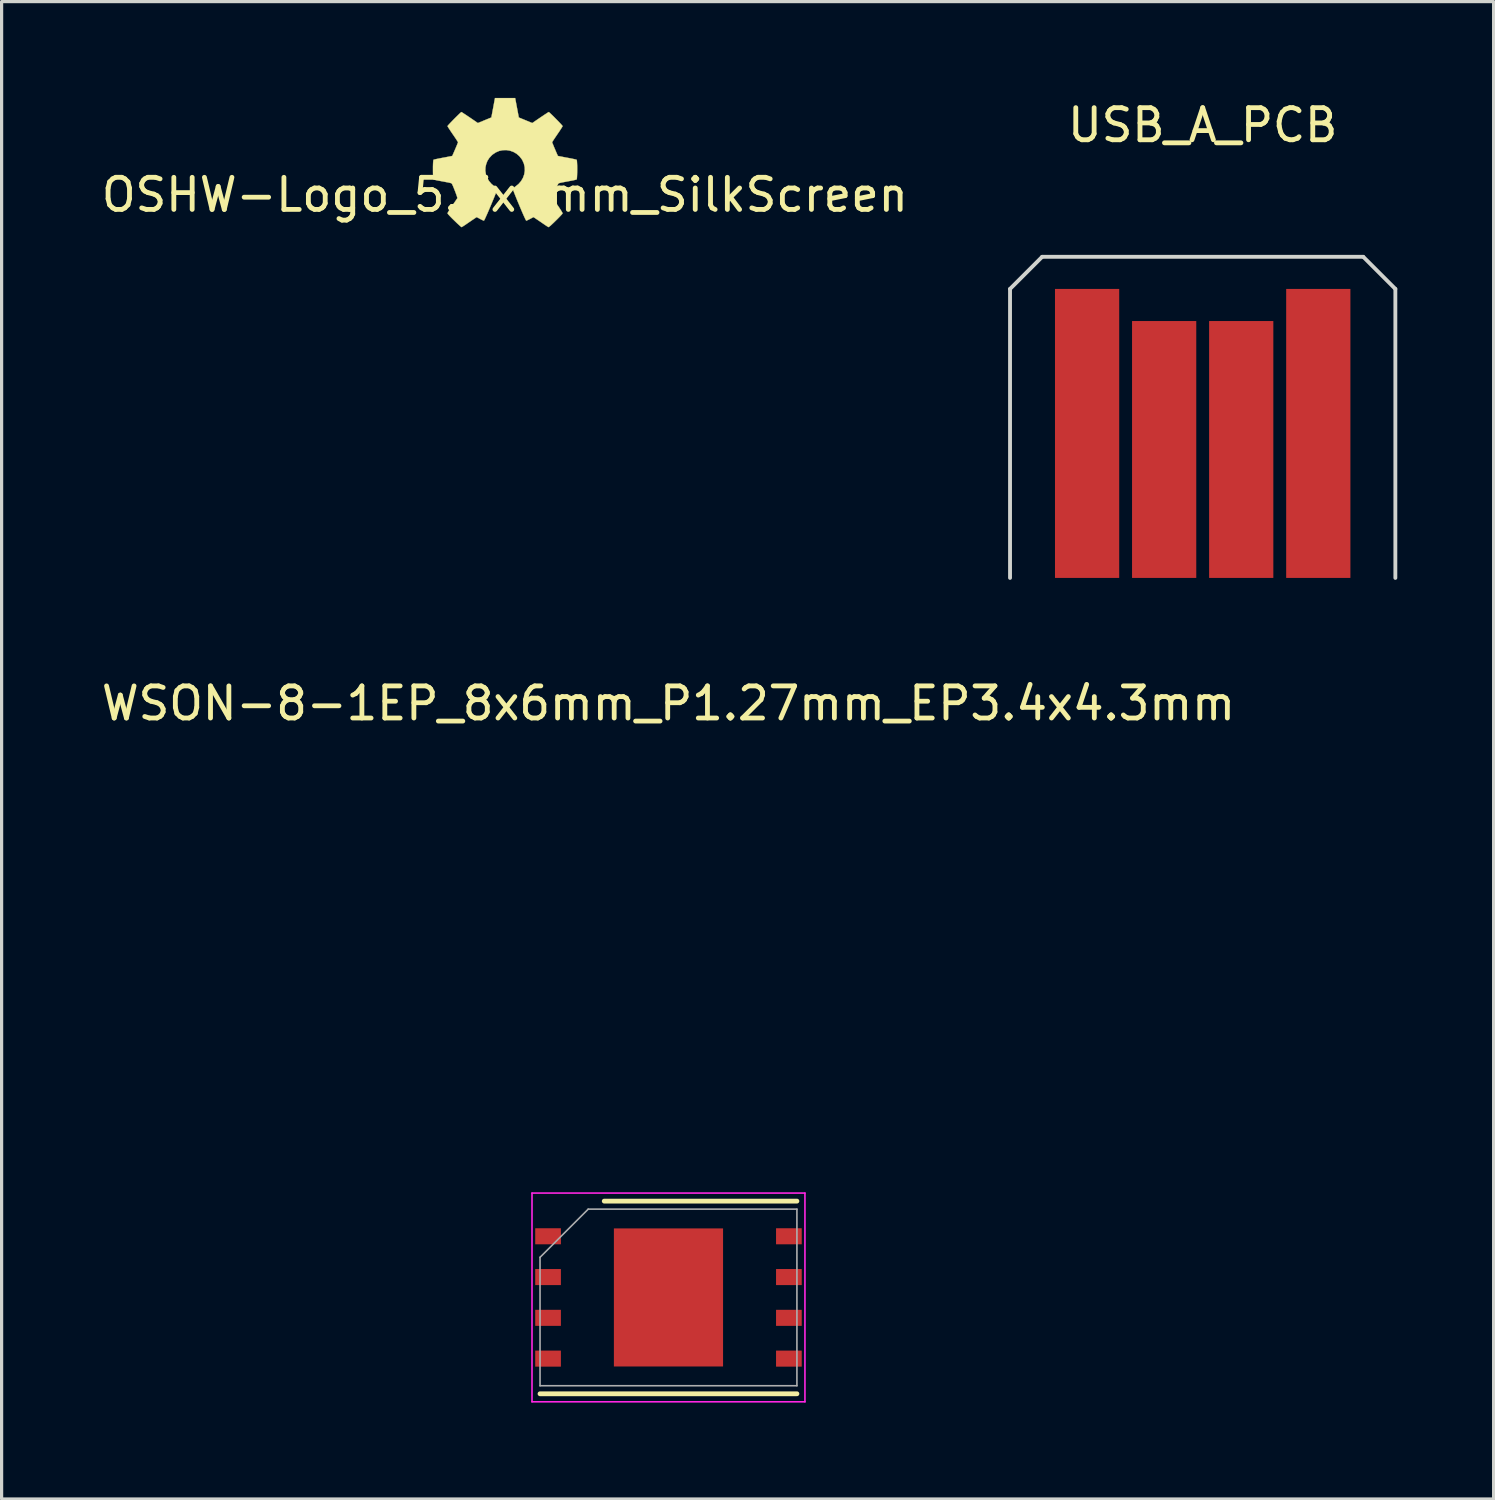
<source format=kicad_pcb>
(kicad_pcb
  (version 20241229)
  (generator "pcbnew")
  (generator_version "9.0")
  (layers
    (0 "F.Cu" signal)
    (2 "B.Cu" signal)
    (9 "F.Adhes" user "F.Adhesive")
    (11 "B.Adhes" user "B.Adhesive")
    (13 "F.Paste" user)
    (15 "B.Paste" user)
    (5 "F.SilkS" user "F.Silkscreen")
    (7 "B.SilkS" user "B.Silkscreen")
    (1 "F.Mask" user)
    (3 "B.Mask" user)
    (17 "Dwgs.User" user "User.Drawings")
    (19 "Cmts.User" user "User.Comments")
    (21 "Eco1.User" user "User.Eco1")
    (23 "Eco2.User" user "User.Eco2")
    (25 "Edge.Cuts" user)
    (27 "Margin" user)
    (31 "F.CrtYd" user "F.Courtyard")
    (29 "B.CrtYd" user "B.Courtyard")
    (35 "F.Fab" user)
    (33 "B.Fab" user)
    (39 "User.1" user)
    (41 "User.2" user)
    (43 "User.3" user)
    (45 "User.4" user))
  (footprint "WSON-8-1EP_8x6mm_P1.27mm_EP3.4x4.3mm"
    (layer "F.Cu")
    (at 17.768 37.356)
    (property "Reference" "WSON-8-1EP_8x6mm_P1.27mm_EP3.4x4.3mm" (at 0 -18.5 0) (layer "F.SilkS") (effects (font (size 1 1) (thickness 0.15))))
    (attr through_hole)
    (fp_line (start -2 -3) (end 4 -3) (stroke (width 0.15) (type solid)) (layer "F.SilkS"))
    (fp_line (start 4 3) (end -4 3) (stroke (width 0.15) (type solid)) (layer "F.SilkS"))
    (fp_line (start -4.25 -3.25) (end 4.25 -3.25) (stroke (width 0.05) (type solid)) (layer "F.CrtYd"))
    (fp_line (start -4.25 3.25) (end -4.25 -3.25) (stroke (width 0.05) (type solid)) (layer "F.CrtYd"))
    (fp_line (start 4.25 -3.25) (end 4.25 3.25) (stroke (width 0.05) (type solid)) (layer "F.CrtYd"))
    (fp_line (start 4.25 3.25) (end -4.25 3.25) (stroke (width 0.05) (type solid)) (layer "F.CrtYd"))
    (fp_line (start -4 -1.25) (end -4 2.75) (stroke (width 0.05) (type solid)) (layer "F.Fab"))
    (fp_line (start -4 2.75) (end 4 2.75) (stroke (width 0.05) (type solid)) (layer "F.Fab"))
    (fp_line (start -2.5 -2.75) (end -4 -1.25) (stroke (width 0.05) (type solid)) (layer "F.Fab"))
    (fp_line (start 4 -2.75) (end -2.5 -2.75) (stroke (width 0.05) (type solid)) (layer "F.Fab"))
    (fp_line (start 4 2.75) (end 4 -2.75) (stroke (width 0.05) (type solid)) (layer "F.Fab"))
    (pad "1" smd rect (at -3.75 -1.905) (size 0.8 0.5) (layers "F.Cu" "F.Mask" "F.Paste"))
    (pad "2" smd rect (at -3.75 -0.635) (size 0.8 0.5) (layers "F.Cu" "F.Mask" "F.Paste"))
    (pad "3" smd rect (at -3.75 0.635) (size 0.8 0.5) (layers "F.Cu" "F.Mask" "F.Paste"))
    (pad "4" smd rect (at -3.75 1.905) (size 0.8 0.5) (layers "F.Cu" "F.Mask" "F.Paste"))
    (pad "5" smd rect (at 3.75 1.905) (size 0.8 0.5) (layers "F.Cu" "F.Mask" "F.Paste"))
    (pad "6" smd rect (at 3.75 0.635) (size 0.8 0.5) (layers "F.Cu" "F.Mask" "F.Paste"))
    (pad "7" smd rect (at 3.75 -0.635) (size 0.8 0.5) (layers "F.Cu" "F.Mask" "F.Paste"))
    (pad "8" smd rect (at 3.75 -1.905) (size 0.8 0.5) (layers "F.Cu" "F.Mask" "F.Paste"))
    (pad "9" smd rect (at 0 0) (size 3.4 4.3) (layers "F.Cu" "F.Mask" "F.Paste")))
  (footprint "OSHW-Logo_5.7x6mm_SilkScreen"
    (layer "F.Cu")
    (at 12.673 3.017)
    (property "Reference" "OSHW-Logo_5.7x6mm_SilkScreen" (at 0 0 0) (layer "F.SilkS") (effects (font (size 1 1) (thickness 0.15))))
    (attr exclude_from_pos_files exclude_from_bom)
    (fp_poly (pts (xy 0.377 -2.71) (xy 0.434 -2.408) (xy 0.853 -2.235) (xy 1.105 -2.407) (xy 1.175 -2.454) (xy 1.239 -2.497) (xy 1.293 -2.532) (xy 1.334 -2.559) (xy 1.36 -2.574) (xy 1.367 -2.578) (xy 1.379 -2.569) (xy 1.406 -2.545) (xy 1.444 -2.509) (xy 1.491 -2.464) (xy 1.542 -2.413) (xy 1.596 -2.358) (xy 1.649 -2.304) (xy 1.698 -2.253) (xy 1.741 -2.208) (xy 1.773 -2.172) (xy 1.793 -2.148) (xy 1.798 -2.14) (xy 1.791 -2.125) (xy 1.772 -2.093) (xy 1.742 -2.047) (xy 1.705 -1.989) (xy 1.66 -1.923) (xy 1.635 -1.886) (xy 1.588 -1.817) (xy 1.546 -1.755) (xy 1.512 -1.703) (xy 1.487 -1.664) (xy 1.473 -1.641) (xy 1.471 -1.636) (xy 1.476 -1.622) (xy 1.489 -1.59) (xy 1.508 -1.544) (xy 1.531 -1.488) (xy 1.557 -1.427) (xy 1.583 -1.366) (xy 1.607 -1.31) (xy 1.628 -1.262) (xy 1.643 -1.228) (xy 1.651 -1.211) (xy 1.652 -1.211) (xy 1.665 -1.208) (xy 1.699 -1.201) (xy 1.75 -1.191) (xy 1.816 -1.178) (xy 1.893 -1.163) (xy 1.937 -1.155) (xy 2.019 -1.14) (xy 2.093 -1.125) (xy 2.155 -1.112) (xy 2.202 -1.101) (xy 2.23 -1.093) (xy 2.235 -1.091) (xy 2.241 -1.074) (xy 2.245 -1.037) (xy 2.248 -0.983) (xy 2.251 -0.917) (xy 2.252 -0.844) (xy 2.252 -0.767) (xy 2.251 -0.691) (xy 2.249 -0.621) (xy 2.246 -0.56) (xy 2.243 -0.514) (xy 2.238 -0.486) (xy 2.235 -0.48) (xy 2.217 -0.473) (xy 2.179 -0.463) (xy 2.127 -0.451) (xy 2.065 -0.439) (xy 2.043 -0.435) (xy 1.938 -0.415) (xy 1.855 -0.4) (xy 1.792 -0.388) (xy 1.745 -0.378) (xy 1.711 -0.37) (xy 1.689 -0.363) (xy 1.676 -0.357) (xy 1.667 -0.351) (xy 1.666 -0.35) (xy 1.655 -0.331) (xy 1.638 -0.294) (xy 1.616 -0.244) (xy 1.592 -0.185) (xy 1.567 -0.121) (xy 1.543 -0.058) (xy 1.522 0.001) (xy 1.505 0.05) (xy 1.494 0.086) (xy 1.492 0.104) (xy 1.492 0.104) (xy 1.501 0.119) (xy 1.523 0.151) (xy 1.554 0.197) (xy 1.593 0.253) (xy 1.637 0.318) (xy 1.649 0.336) (xy 1.694 0.402) (xy 1.733 0.462) (xy 1.765 0.513) (xy 1.787 0.552) (xy 1.798 0.574) (xy 1.798 0.576) (xy 1.789 0.591) (xy 1.765 0.619) (xy 1.729 0.658) (xy 1.683 0.706) (xy 1.632 0.758) (xy 1.577 0.812) (xy 1.523 0.865) (xy 1.472 0.913) (xy 1.427 0.955) (xy 1.391 0.985) (xy 1.368 1.003) (xy 1.362 1.006) (xy 1.347 0.999) (xy 1.316 0.981) (xy 1.275 0.954) (xy 1.244 0.933) (xy 1.187 0.894) (xy 1.119 0.847) (xy 1.051 0.801) (xy 1.014 0.776) (xy 0.891 0.693) (xy 0.787 0.749) (xy 0.74 0.773) (xy 0.7 0.792) (xy 0.672 0.803) (xy 0.665 0.805) (xy 0.657 0.794) (xy 0.641 0.762) (xy 0.617 0.713) (xy 0.588 0.649) (xy 0.555 0.574) (xy 0.518 0.489) (xy 0.48 0.399) (xy 0.441 0.306) (xy 0.402 0.213) (xy 0.365 0.123) (xy 0.331 0.039) (xy 0.301 -0.037) (xy 0.276 -0.1) (xy 0.258 -0.15) (xy 0.248 -0.182) (xy 0.246 -0.193) (xy 0.259 -0.206) (xy 0.288 -0.229) (xy 0.325 -0.256) (xy 0.329 -0.258) (xy 0.426 -0.336) (xy 0.505 -0.427) (xy 0.564 -0.528) (xy 0.603 -0.637) (xy 0.621 -0.749) (xy 0.617 -0.863) (xy 0.591 -0.976) (xy 0.542 -1.084) (xy 0.527 -1.108) (xy 0.452 -1.203) (xy 0.364 -1.28) (xy 0.265 -1.337) (xy 0.158 -1.375) (xy 0.047 -1.393) (xy -0.066 -1.39) (xy -0.176 -1.367) (xy -0.282 -1.322) (xy -0.38 -1.256) (xy -0.41 -1.23) (xy -0.488 -1.145) (xy -0.544 -1.057) (xy -0.582 -0.958) (xy -0.604 -0.86) (xy -0.609 -0.749) (xy -0.591 -0.638) (xy -0.553 -0.531) (xy -0.494 -0.43) (xy -0.418 -0.34) (xy -0.327 -0.264) (xy -0.315 -0.256) (xy -0.277 -0.23) (xy -0.248 -0.207) (xy -0.234 -0.193) (xy -0.234 -0.193) (xy -0.237 -0.177) (xy -0.248 -0.141) (xy -0.268 -0.089) (xy -0.293 -0.023) (xy -0.324 0.055) (xy -0.359 0.14) (xy -0.397 0.231) (xy -0.436 0.325) (xy -0.475 0.417) (xy -0.513 0.506) (xy -0.549 0.589) (xy -0.582 0.662) (xy -0.61 0.724) (xy -0.632 0.77) (xy -0.647 0.797) (xy -0.653 0.805) (xy -0.671 0.799) (xy -0.706 0.784) (xy -0.75 0.762) (xy -0.774 0.749) (xy -0.878 0.693) (xy -1.002 0.776) (xy -1.065 0.819) (xy -1.134 0.866) (xy -1.199 0.911) (xy -1.231 0.933) (xy -1.277 0.963) (xy -1.315 0.988) (xy -1.342 1.003) (xy -1.351 1.006) (xy -1.363 0.997) (xy -1.391 0.974) (xy -1.431 0.937) (xy -1.482 0.891) (xy -1.539 0.836) (xy -1.575 0.801) (xy -1.639 0.739) (xy -1.694 0.683) (xy -1.738 0.636) (xy -1.769 0.601) (xy -1.784 0.579) (xy -1.786 0.575) (xy -1.779 0.558) (xy -1.76 0.524) (xy -1.73 0.476) (xy -1.693 0.419) (xy -1.649 0.354) (xy -1.637 0.336) (xy -1.592 0.27) (xy -1.551 0.211) (xy -1.518 0.162) (xy -1.493 0.126) (xy -1.481 0.107) (xy -1.479 0.104) (xy -1.481 0.089) (xy -1.491 0.055) (xy -1.507 0.006) (xy -1.528 -0.052) (xy -1.552 -0.115) (xy -1.577 -0.178) (xy -1.601 -0.238) (xy -1.623 -0.29) (xy -1.641 -0.328) (xy -1.653 -0.349) (xy -1.654 -0.35) (xy -1.661 -0.356) (xy -1.674 -0.362) (xy -1.694 -0.369) (xy -1.725 -0.376) (xy -1.769 -0.386) (xy -1.829 -0.397) (xy -1.908 -0.412) (xy -2.009 -0.431) (xy -2.03 -0.435) (xy -2.095 -0.447) (xy -2.151 -0.459) (xy -2.194 -0.47) (xy -2.219 -0.478) (xy -2.222 -0.48) (xy -2.228 -0.497) (xy -2.232 -0.534) (xy -2.235 -0.588) (xy -2.238 -0.654) (xy -2.239 -0.728) (xy -2.239 -0.804) (xy -2.239 -0.88) (xy -2.237 -0.95) (xy -2.234 -1.011) (xy -2.23 -1.057) (xy -2.225 -1.085) (xy -2.223 -1.091) (xy -2.206 -1.096) (xy -2.169 -1.106) (xy -2.114 -1.118) (xy -2.045 -1.132) (xy -1.967 -1.147) (xy -1.925 -1.155) (xy -1.844 -1.17) (xy -1.772 -1.184) (xy -1.712 -1.196) (xy -1.668 -1.204) (xy -1.643 -1.21) (xy -1.639 -1.211) (xy -1.633 -1.224) (xy -1.618 -1.256) (xy -1.598 -1.302) (xy -1.574 -1.358) (xy -1.548 -1.418) (xy -1.522 -1.479) (xy -1.498 -1.536) (xy -1.479 -1.584) (xy -1.465 -1.619) (xy -1.459 -1.636) (xy -1.459 -1.637) (xy -1.465 -1.65) (xy -1.485 -1.681) (xy -1.514 -1.727) (xy -1.552 -1.784) (xy -1.596 -1.849) (xy -1.622 -1.886) (xy -1.669 -1.955) (xy -1.71 -2.017) (xy -1.745 -2.07) (xy -1.77 -2.11) (xy -1.784 -2.135) (xy -1.786 -2.14) (xy -1.777 -2.153) (xy -1.754 -2.18) (xy -1.718 -2.219) (xy -1.673 -2.266) (xy -1.623 -2.318) (xy -1.569 -2.373) (xy -1.516 -2.426) (xy -1.465 -2.476) (xy -1.421 -2.519) (xy -1.385 -2.553) (xy -1.362 -2.573) (xy -1.354 -2.578) (xy -1.341 -2.571) (xy -1.311 -2.552) (xy -1.265 -2.522) (xy -1.208 -2.485) (xy -1.142 -2.44) (xy -1.092 -2.407) (xy -0.841 -2.235) (xy -0.631 -2.322) (xy -0.421 -2.408) (xy -0.364 -2.71) (xy -0.308 -3.012) (xy 0.32 -3.012) (xy 0.377 -2.71)) (stroke (width 0.01) (type solid)) (fill yes) (layer "F.SilkS")))
  (footprint "USB_A_PCB"
    (layer "F.Cu")
    (at 34.405 4.948)
    (property "Reference" "USB_A_PCB" (at 0 -4.1 0) (layer "F.SilkS") (effects (font (size 1 1) (thickness 0.15))))
    (attr through_hole)
    (fp_line (start -6 1) (end -6 10) (stroke (width 0.12) (type solid)) (layer "Edge.Cuts"))
    (fp_line (start -5 0) (end -6 1) (stroke (width 0.12) (type solid)) (layer "Edge.Cuts"))
    (fp_line (start -5 0) (end 5 0) (stroke (width 0.12) (type solid)) (layer "Edge.Cuts"))
    (fp_line (start 5 0) (end 6 1) (stroke (width 0.12) (type solid)) (layer "Edge.Cuts"))
    (fp_line (start 6 1) (end 6 10) (stroke (width 0.12) (type solid)) (layer "Edge.Cuts"))
    (pad "1" smd rect (at -3.6 5.5) (size 2 9) (layers "F.Cu" "F.Mask" "F.Paste"))
    (pad "2" smd rect (at -1.2 6) (size 2 8) (layers "F.Cu" "F.Mask" "F.Paste"))
    (pad "3" smd rect (at 1.2 6) (size 2 8) (layers "F.Cu" "F.Mask" "F.Paste"))
    (pad "4" smd rect (at 3.6 5.5) (size 2 9) (layers "F.Cu" "F.Mask" "F.Paste")))
  (gr_rect
    (start -3 -3)
    (end 43.465 43.632)
    (stroke (width 0.1) (type default))
    (fill no)
    (layer "Edge.Cuts")))
</source>
